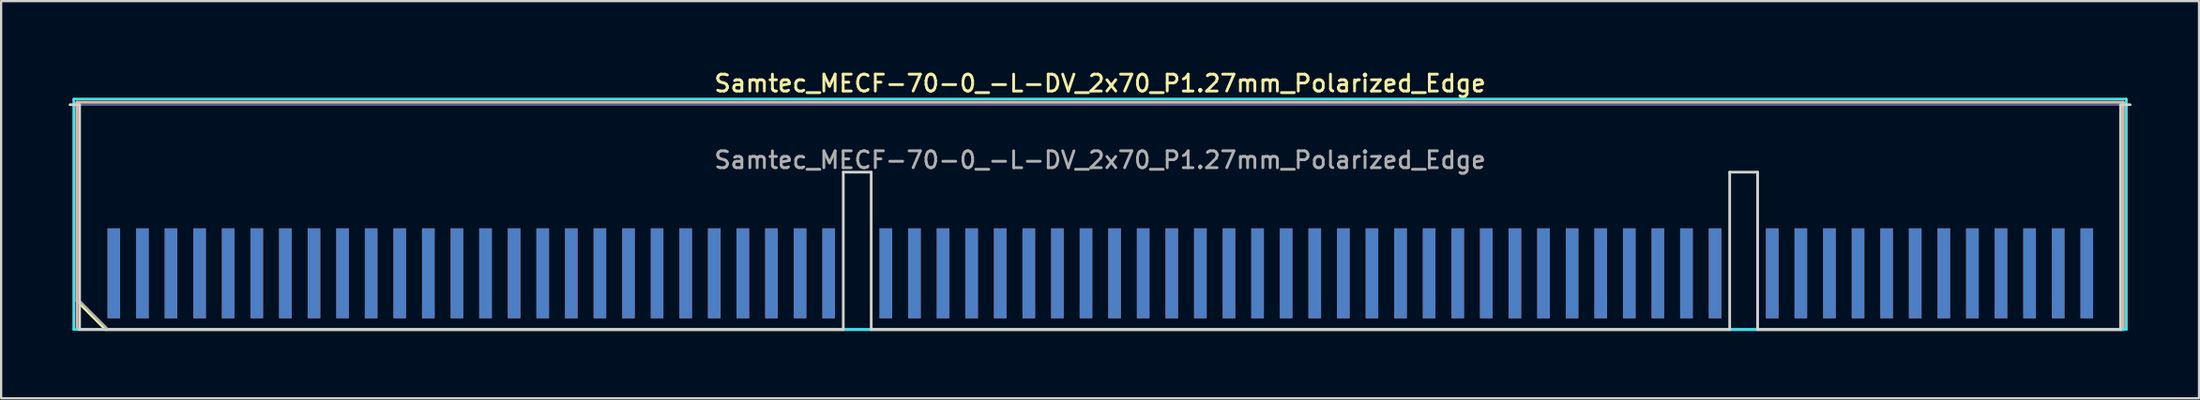
<source format=kicad_pcb>
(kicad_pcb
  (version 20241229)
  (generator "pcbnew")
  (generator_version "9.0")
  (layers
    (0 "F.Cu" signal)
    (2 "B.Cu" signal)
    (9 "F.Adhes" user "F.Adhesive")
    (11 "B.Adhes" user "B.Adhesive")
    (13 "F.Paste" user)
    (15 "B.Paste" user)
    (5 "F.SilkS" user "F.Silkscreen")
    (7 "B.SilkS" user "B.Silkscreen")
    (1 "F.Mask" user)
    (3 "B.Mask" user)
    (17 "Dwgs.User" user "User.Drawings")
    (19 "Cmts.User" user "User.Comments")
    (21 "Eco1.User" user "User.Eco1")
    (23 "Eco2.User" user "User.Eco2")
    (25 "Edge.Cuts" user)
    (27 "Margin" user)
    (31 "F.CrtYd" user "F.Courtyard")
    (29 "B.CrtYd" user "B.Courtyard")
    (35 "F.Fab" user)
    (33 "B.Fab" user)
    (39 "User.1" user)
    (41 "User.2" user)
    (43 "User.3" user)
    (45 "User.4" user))
  (footprint "Samtec_MECF-70-0_-L-DV_2x70_P1.27mm_Polarized_Edge"
    (layer "F.Cu")
    (at 45.81 6.608)
    (property "Reference" "Samtec_MECF-70-0_-L-DV_2x70_P1.27mm_Polarized_Edge" (at 0 -5.95 0) (layer "F.SilkS") (effects (font (size 0.75 0.75) (thickness 0.125))))
    (attr exclude_from_pos_files exclude_from_bom)
    (fp_line (start -45.58 -5.25) (end -45.58 5) (stroke (width 0.1) (type solid)) (layer "F.SilkS"))
    (fp_line (start -45.58 5) (end 45.58 5) (stroke (width 0.1) (type solid)) (layer "F.SilkS"))
    (fp_line (start -45.44 -5.11) (end 45.44 -5.11) (stroke (width 0.12) (type solid)) (layer "F.SilkS"))
    (fp_line (start -45.44 3.73) (end -45.44 -5.11) (stroke (width 0.12) (type solid)) (layer "F.SilkS"))
    (fp_line (start -44.17 5) (end -45.44 3.73) (stroke (width 0.12) (type solid)) (layer "F.SilkS"))
    (fp_line (start -44.17 5) (end 45.44 5) (stroke (width 0.12) (type solid)) (layer "F.SilkS"))
    (fp_line (start 45.44 5) (end 45.44 -5.11) (stroke (width 0.12) (type solid)) (layer "F.SilkS"))
    (fp_line (start 45.58 -5.25) (end -45.58 -5.25) (stroke (width 0.1) (type solid)) (layer "F.SilkS"))
    (fp_line (start 45.58 5) (end 45.58 -5.25) (stroke (width 0.1) (type solid)) (layer "F.SilkS"))
    (fp_line (start -45.44 -5.11) (end 45.44 -5.11) (stroke (width 0.12) (type solid)) (layer "B.SilkS"))
    (fp_line (start -45.44 5) (end -45.44 -5.11) (stroke (width 0.12) (type solid)) (layer "B.SilkS"))
    (fp_line (start -45.44 5) (end 45.44 5) (stroke (width 0.12) (type solid)) (layer "B.SilkS"))
    (fp_line (start 45.44 5) (end 45.44 -5.11) (stroke (width 0.12) (type solid)) (layer "B.SilkS"))
    (fp_line (start -45.75 -5) (end -45.325 -5) (stroke (width 0.12) (type solid)) (layer "Edge.Cuts"))
    (fp_line (start -45.325 5) (end -45.325 -5) (stroke (width 0.12) (type solid)) (layer "Edge.Cuts"))
    (fp_line (start -45.325 5) (end -11.405 5) (stroke (width 0.12) (type solid)) (layer "Edge.Cuts"))
    (fp_line (start -11.405 -2) (end -10.165 -2) (stroke (width 0.12) (type solid)) (layer "Edge.Cuts"))
    (fp_line (start -11.405 5) (end -11.405 -2) (stroke (width 0.12) (type solid)) (layer "Edge.Cuts"))
    (fp_line (start -10.165 5) (end -10.165 -2) (stroke (width 0.12) (type solid)) (layer "Edge.Cuts"))
    (fp_line (start -10.165 5) (end 27.965 5) (stroke (width 0.12) (type solid)) (layer "Edge.Cuts"))
    (fp_line (start 27.965 -2) (end 29.205 -2) (stroke (width 0.12) (type solid)) (layer "Edge.Cuts"))
    (fp_line (start 27.965 5) (end 27.965 -2) (stroke (width 0.12) (type solid)) (layer "Edge.Cuts"))
    (fp_line (start 29.205 5) (end 29.205 -2) (stroke (width 0.12) (type solid)) (layer "Edge.Cuts"))
    (fp_line (start 29.205 5) (end 45.325 5) (stroke (width 0.12) (type solid)) (layer "Edge.Cuts"))
    (fp_line (start 45.325 5) (end 45.325 -5) (stroke (width 0.12) (type solid)) (layer "Edge.Cuts"))
    (fp_line (start 45.75 -5) (end 45.325 -5) (stroke (width 0.12) (type solid)) (layer "Edge.Cuts"))
    (fp_line (start -45.58 -5.25) (end -45.58 5) (stroke (width 0.1) (type solid)) (layer "B.CrtYd"))
    (fp_line (start -45.58 5) (end 45.58 5) (stroke (width 0.1) (type solid)) (layer "B.CrtYd"))
    (fp_line (start 45.58 -5.25) (end -45.58 -5.25) (stroke (width 0.1) (type solid)) (layer "B.CrtYd"))
    (fp_line (start 45.58 5) (end 45.58 -5.25) (stroke (width 0.1) (type solid)) (layer "B.CrtYd"))
    (fp_line (start -45.325 -5) (end 45.325 -5) (stroke (width 0.1) (type solid)) (layer "B.Fab"))
    (fp_line (start -45.325 5) (end -45.325 -5) (stroke (width 0.1) (type solid)) (layer "B.Fab"))
    (fp_line (start -45.325 5) (end 45.325 5) (stroke (width 0.1) (type solid)) (layer "B.Fab"))
    (fp_line (start 45.325 5) (end 45.325 -5) (stroke (width 0.1) (type solid)) (layer "B.Fab"))
    (fp_line (start -45.325 -5) (end 45.325 -5) (stroke (width 0.1) (type solid)) (layer "F.Fab"))
    (fp_line (start -45.325 3.73) (end -45.325 -5) (stroke (width 0.1) (type solid)) (layer "F.Fab"))
    (fp_line (start -45.325 3.73) (end -44.055 5) (stroke (width 0.1) (type solid)) (layer "F.Fab"))
    (fp_line (start -44.055 5) (end 45.325 5) (stroke (width 0.1) (type solid)) (layer "F.Fab"))
    (fp_line (start 45.325 5) (end 45.325 -5) (stroke (width 0.1) (type solid)) (layer "F.Fab"))
    (fp_text user "${REFERENCE}" (at 0 -2.54 0) (layer "F.Fab") (effects (font (size 0.75 0.75) (thickness 0.125))))
    (pad "1" connect rect (at -43.805 2.5) (size 0.56 4) (layers "F.Cu" "F.Mask"))
    (pad "2" connect rect (at -43.805 2.5) (size 0.56 4) (layers "B.Cu" "B.Mask"))
    (pad "3" connect rect (at -42.535 2.5) (size 0.56 4) (layers "F.Cu" "F.Mask"))
    (pad "4" connect rect (at -42.535 2.5) (size 0.56 4) (layers "B.Cu" "B.Mask"))
    (pad "5" connect rect (at -41.265 2.5) (size 0.56 4) (layers "F.Cu" "F.Mask"))
    (pad "6" connect rect (at -41.265 2.5) (size 0.56 4) (layers "B.Cu" "B.Mask"))
    (pad "7" connect rect (at -39.995 2.5) (size 0.56 4) (layers "F.Cu" "F.Mask"))
    (pad "8" connect rect (at -39.995 2.5) (size 0.56 4) (layers "B.Cu" "B.Mask"))
    (pad "9" connect rect (at -38.725 2.5) (size 0.56 4) (layers "F.Cu" "F.Mask"))
    (pad "10" connect rect (at -38.725 2.5) (size 0.56 4) (layers "B.Cu" "B.Mask"))
    (pad "11" connect rect (at -37.455 2.5) (size 0.56 4) (layers "F.Cu" "F.Mask"))
    (pad "12" connect rect (at -37.455 2.5) (size 0.56 4) (layers "B.Cu" "B.Mask"))
    (pad "13" connect rect (at -36.185 2.5) (size 0.56 4) (layers "F.Cu" "F.Mask"))
    (pad "14" connect rect (at -36.185 2.5) (size 0.56 4) (layers "B.Cu" "B.Mask"))
    (pad "15" connect rect (at -34.915 2.5) (size 0.56 4) (layers "F.Cu" "F.Mask"))
    (pad "16" connect rect (at -34.915 2.5) (size 0.56 4) (layers "B.Cu" "B.Mask"))
    (pad "17" connect rect (at -33.645 2.5) (size 0.56 4) (layers "F.Cu" "F.Mask"))
    (pad "18" connect rect (at -33.645 2.5) (size 0.56 4) (layers "B.Cu" "B.Mask"))
    (pad "19" connect rect (at -32.375 2.5) (size 0.56 4) (layers "F.Cu" "F.Mask"))
    (pad "20" connect rect (at -32.375 2.5) (size 0.56 4) (layers "B.Cu" "B.Mask"))
    (pad "21" connect rect (at -31.105 2.5) (size 0.56 4) (layers "F.Cu" "F.Mask"))
    (pad "22" connect rect (at -31.105 2.5) (size 0.56 4) (layers "B.Cu" "B.Mask"))
    (pad "23" connect rect (at -29.835 2.5) (size 0.56 4) (layers "F.Cu" "F.Mask"))
    (pad "24" connect rect (at -29.835 2.5) (size 0.56 4) (layers "B.Cu" "B.Mask"))
    (pad "25" connect rect (at -28.565 2.5) (size 0.56 4) (layers "F.Cu" "F.Mask"))
    (pad "26" connect rect (at -28.565 2.5) (size 0.56 4) (layers "B.Cu" "B.Mask"))
    (pad "27" connect rect (at -27.295 2.5) (size 0.56 4) (layers "F.Cu" "F.Mask"))
    (pad "28" connect rect (at -27.295 2.5) (size 0.56 4) (layers "B.Cu" "B.Mask"))
    (pad "29" connect rect (at -26.025 2.5) (size 0.56 4) (layers "F.Cu" "F.Mask"))
    (pad "30" connect rect (at -26.025 2.5) (size 0.56 4) (layers "B.Cu" "B.Mask"))
    (pad "31" connect rect (at -24.755 2.5) (size 0.56 4) (layers "F.Cu" "F.Mask"))
    (pad "32" connect rect (at -24.755 2.5) (size 0.56 4) (layers "B.Cu" "B.Mask"))
    (pad "33" connect rect (at -23.485 2.5) (size 0.56 4) (layers "F.Cu" "F.Mask"))
    (pad "34" connect rect (at -23.485 2.5) (size 0.56 4) (layers "B.Cu" "B.Mask"))
    (pad "35" connect rect (at -22.215 2.5) (size 0.56 4) (layers "F.Cu" "F.Mask"))
    (pad "36" connect rect (at -22.215 2.5) (size 0.56 4) (layers "B.Cu" "B.Mask"))
    (pad "37" connect rect (at -20.945 2.5) (size 0.56 4) (layers "F.Cu" "F.Mask"))
    (pad "38" connect rect (at -20.945 2.5) (size 0.56 4) (layers "B.Cu" "B.Mask"))
    (pad "39" connect rect (at -19.675 2.5) (size 0.56 4) (layers "F.Cu" "F.Mask"))
    (pad "40" connect rect (at -19.675 2.5) (size 0.56 4) (layers "B.Cu" "B.Mask"))
    (pad "41" connect rect (at -18.405 2.5) (size 0.56 4) (layers "F.Cu" "F.Mask"))
    (pad "42" connect rect (at -18.405 2.5) (size 0.56 4) (layers "B.Cu" "B.Mask"))
    (pad "43" connect rect (at -17.135 2.5) (size 0.56 4) (layers "F.Cu" "F.Mask"))
    (pad "44" connect rect (at -17.135 2.5) (size 0.56 4) (layers "B.Cu" "B.Mask"))
    (pad "45" connect rect (at -15.865 2.5) (size 0.56 4) (layers "F.Cu" "F.Mask"))
    (pad "46" connect rect (at -15.865 2.5) (size 0.56 4) (layers "B.Cu" "B.Mask"))
    (pad "47" connect rect (at -14.595 2.5) (size 0.56 4) (layers "F.Cu" "F.Mask"))
    (pad "48" connect rect (at -14.595 2.5) (size 0.56 4) (layers "B.Cu" "B.Mask"))
    (pad "49" connect rect (at -13.325 2.5) (size 0.56 4) (layers "F.Cu" "F.Mask"))
    (pad "50" connect rect (at -13.325 2.5) (size 0.56 4) (layers "B.Cu" "B.Mask"))
    (pad "51" connect rect (at -12.055 2.5) (size 0.56 4) (layers "F.Cu" "F.Mask"))
    (pad "52" connect rect (at -12.055 2.5) (size 0.56 4) (layers "B.Cu" "B.Mask"))
    (pad "55" connect rect (at -9.515 2.5) (size 0.56 4) (layers "F.Cu" "F.Mask"))
    (pad "56" connect rect (at -9.515 2.5) (size 0.56 4) (layers "B.Cu" "B.Mask"))
    (pad "57" connect rect (at -8.245 2.5) (size 0.56 4) (layers "F.Cu" "F.Mask"))
    (pad "58" connect rect (at -8.245 2.5) (size 0.56 4) (layers "B.Cu" "B.Mask"))
    (pad "59" connect rect (at -6.975 2.5) (size 0.56 4) (layers "F.Cu" "F.Mask"))
    (pad "60" connect rect (at -6.975 2.5) (size 0.56 4) (layers "B.Cu" "B.Mask"))
    (pad "61" connect rect (at -5.705 2.5) (size 0.56 4) (layers "F.Cu" "F.Mask"))
    (pad "62" connect rect (at -5.705 2.5) (size 0.56 4) (layers "B.Cu" "B.Mask"))
    (pad "63" connect rect (at -4.435 2.5) (size 0.56 4) (layers "F.Cu" "F.Mask"))
    (pad "64" connect rect (at -4.435 2.5) (size 0.56 4) (layers "B.Cu" "B.Mask"))
    (pad "65" connect rect (at -3.165 2.5) (size 0.56 4) (layers "F.Cu" "F.Mask"))
    (pad "66" connect rect (at -3.165 2.5) (size 0.56 4) (layers "B.Cu" "B.Mask"))
    (pad "67" connect rect (at -1.895 2.5) (size 0.56 4) (layers "F.Cu" "F.Mask"))
    (pad "68" connect rect (at -1.895 2.5) (size 0.56 4) (layers "B.Cu" "B.Mask"))
    (pad "69" connect rect (at -0.625 2.5) (size 0.56 4) (layers "F.Cu" "F.Mask"))
    (pad "70" connect rect (at -0.625 2.5) (size 0.56 4) (layers "B.Cu" "B.Mask"))
    (pad "71" connect rect (at 0.645 2.5) (size 0.56 4) (layers "F.Cu" "F.Mask"))
    (pad "72" connect rect (at 0.645 2.5) (size 0.56 4) (layers "B.Cu" "B.Mask"))
    (pad "73" connect rect (at 1.915 2.5) (size 0.56 4) (layers "F.Cu" "F.Mask"))
    (pad "74" connect rect (at 1.915 2.5) (size 0.56 4) (layers "B.Cu" "B.Mask"))
    (pad "75" connect rect (at 3.185 2.5) (size 0.56 4) (layers "F.Cu" "F.Mask"))
    (pad "76" connect rect (at 3.185 2.5) (size 0.56 4) (layers "B.Cu" "B.Mask"))
    (pad "77" connect rect (at 4.455 2.5) (size 0.56 4) (layers "F.Cu" "F.Mask"))
    (pad "78" connect rect (at 4.455 2.5) (size 0.56 4) (layers "B.Cu" "B.Mask"))
    (pad "79" connect rect (at 5.725 2.5) (size 0.56 4) (layers "F.Cu" "F.Mask"))
    (pad "80" connect rect (at 5.725 2.5) (size 0.56 4) (layers "B.Cu" "B.Mask"))
    (pad "81" connect rect (at 6.995 2.5) (size 0.56 4) (layers "F.Cu" "F.Mask"))
    (pad "82" connect rect (at 6.995 2.5) (size 0.56 4) (layers "B.Cu" "B.Mask"))
    (pad "83" connect rect (at 8.265 2.5) (size 0.56 4) (layers "F.Cu" "F.Mask"))
    (pad "84" connect rect (at 8.265 2.5) (size 0.56 4) (layers "B.Cu" "B.Mask"))
    (pad "85" connect rect (at 9.535 2.5) (size 0.56 4) (layers "F.Cu" "F.Mask"))
    (pad "86" connect rect (at 9.535 2.5) (size 0.56 4) (layers "B.Cu" "B.Mask"))
    (pad "87" connect rect (at 10.805 2.5) (size 0.56 4) (layers "F.Cu" "F.Mask"))
    (pad "88" connect rect (at 10.805 2.5) (size 0.56 4) (layers "B.Cu" "B.Mask"))
    (pad "89" connect rect (at 12.075 2.5) (size 0.56 4) (layers "F.Cu" "F.Mask"))
    (pad "90" connect rect (at 12.075 2.5) (size 0.56 4) (layers "B.Cu" "B.Mask"))
    (pad "91" connect rect (at 13.345 2.5) (size 0.56 4) (layers "F.Cu" "F.Mask"))
    (pad "92" connect rect (at 13.345 2.5) (size 0.56 4) (layers "B.Cu" "B.Mask"))
    (pad "93" connect rect (at 14.615 2.5) (size 0.56 4) (layers "F.Cu" "F.Mask"))
    (pad "94" connect rect (at 14.615 2.5) (size 0.56 4) (layers "B.Cu" "B.Mask"))
    (pad "95" connect rect (at 15.885 2.5) (size 0.56 4) (layers "F.Cu" "F.Mask"))
    (pad "96" connect rect (at 15.885 2.5) (size 0.56 4) (layers "B.Cu" "B.Mask"))
    (pad "97" connect rect (at 17.155 2.5) (size 0.56 4) (layers "F.Cu" "F.Mask"))
    (pad "98" connect rect (at 17.155 2.5) (size 0.56 4) (layers "B.Cu" "B.Mask"))
    (pad "99" connect rect (at 18.425 2.5) (size 0.56 4) (layers "F.Cu" "F.Mask"))
    (pad "100" connect rect (at 18.425 2.5) (size 0.56 4) (layers "B.Cu" "B.Mask"))
    (pad "101" connect rect (at 19.695 2.5) (size 0.56 4) (layers "F.Cu" "F.Mask"))
    (pad "102" connect rect (at 19.695 2.5) (size 0.56 4) (layers "B.Cu" "B.Mask"))
    (pad "103" connect rect (at 20.965 2.5) (size 0.56 4) (layers "F.Cu" "F.Mask"))
    (pad "104" connect rect (at 20.965 2.5) (size 0.56 4) (layers "B.Cu" "B.Mask"))
    (pad "105" connect rect (at 22.235 2.5) (size 0.56 4) (layers "F.Cu" "F.Mask"))
    (pad "106" connect rect (at 22.235 2.5) (size 0.56 4) (layers "B.Cu" "B.Mask"))
    (pad "107" connect rect (at 23.505 2.5) (size 0.56 4) (layers "F.Cu" "F.Mask"))
    (pad "108" connect rect (at 23.505 2.5) (size 0.56 4) (layers "B.Cu" "B.Mask"))
    (pad "109" connect rect (at 24.775 2.5) (size 0.56 4) (layers "F.Cu" "F.Mask"))
    (pad "110" connect rect (at 24.775 2.5) (size 0.56 4) (layers "B.Cu" "B.Mask"))
    (pad "111" connect rect (at 26.045 2.5) (size 0.56 4) (layers "F.Cu" "F.Mask"))
    (pad "112" connect rect (at 26.045 2.5) (size 0.56 4) (layers "B.Cu" "B.Mask"))
    (pad "113" connect rect (at 27.315 2.5) (size 0.56 4) (layers "F.Cu" "F.Mask"))
    (pad "114" connect rect (at 27.315 2.5) (size 0.56 4) (layers "B.Cu" "B.Mask"))
    (pad "117" connect rect (at 29.855 2.5) (size 0.56 4) (layers "F.Cu" "F.Mask"))
    (pad "118" connect rect (at 29.855 2.5) (size 0.56 4) (layers "B.Cu" "B.Mask"))
    (pad "119" connect rect (at 31.125 2.5) (size 0.56 4) (layers "F.Cu" "F.Mask"))
    (pad "120" connect rect (at 31.125 2.5) (size 0.56 4) (layers "B.Cu" "B.Mask"))
    (pad "121" connect rect (at 32.395 2.5) (size 0.56 4) (layers "F.Cu" "F.Mask"))
    (pad "122" connect rect (at 32.395 2.5) (size 0.56 4) (layers "B.Cu" "B.Mask"))
    (pad "123" connect rect (at 33.665 2.5) (size 0.56 4) (layers "F.Cu" "F.Mask"))
    (pad "124" connect rect (at 33.665 2.5) (size 0.56 4) (layers "B.Cu" "B.Mask"))
    (pad "125" connect rect (at 34.935 2.5) (size 0.56 4) (layers "F.Cu" "F.Mask"))
    (pad "126" connect rect (at 34.935 2.5) (size 0.56 4) (layers "B.Cu" "B.Mask"))
    (pad "127" connect rect (at 36.205 2.5) (size 0.56 4) (layers "F.Cu" "F.Mask"))
    (pad "128" connect rect (at 36.205 2.5) (size 0.56 4) (layers "B.Cu" "B.Mask"))
    (pad "129" connect rect (at 37.475 2.5) (size 0.56 4) (layers "F.Cu" "F.Mask"))
    (pad "130" connect rect (at 37.475 2.5) (size 0.56 4) (layers "B.Cu" "B.Mask"))
    (pad "131" connect rect (at 38.745 2.5) (size 0.56 4) (layers "F.Cu" "F.Mask"))
    (pad "132" connect rect (at 38.745 2.5) (size 0.56 4) (layers "B.Cu" "B.Mask"))
    (pad "133" connect rect (at 40.015 2.5) (size 0.56 4) (layers "F.Cu" "F.Mask"))
    (pad "134" connect rect (at 40.015 2.5) (size 0.56 4) (layers "B.Cu" "B.Mask"))
    (pad "135" connect rect (at 41.285 2.5) (size 0.56 4) (layers "F.Cu" "F.Mask"))
    (pad "136" connect rect (at 41.285 2.5) (size 0.56 4) (layers "B.Cu" "B.Mask"))
    (pad "137" connect rect (at 42.555 2.5) (size 0.56 4) (layers "F.Cu" "F.Mask"))
    (pad "138" connect rect (at 42.555 2.5) (size 0.56 4) (layers "B.Cu" "B.Mask"))
    (pad "139" connect rect (at 43.825 2.5) (size 0.56 4) (layers "F.Cu" "F.Mask"))
    (pad "140" connect rect (at 43.825 2.5) (size 0.56 4) (layers "B.Cu" "B.Mask")))
  (gr_rect
    (start -3 -3)
    (end 94.62 14.668)
    (stroke (width 0.1) (type default))
    (fill no)
    (layer "Edge.Cuts")))
</source>
